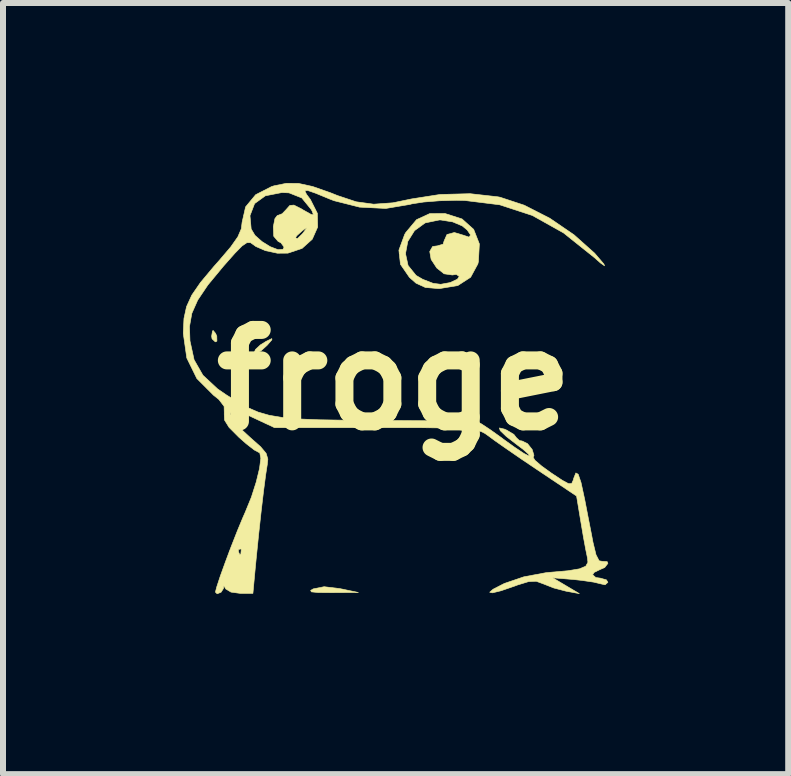
<source format=kicad_pcb>
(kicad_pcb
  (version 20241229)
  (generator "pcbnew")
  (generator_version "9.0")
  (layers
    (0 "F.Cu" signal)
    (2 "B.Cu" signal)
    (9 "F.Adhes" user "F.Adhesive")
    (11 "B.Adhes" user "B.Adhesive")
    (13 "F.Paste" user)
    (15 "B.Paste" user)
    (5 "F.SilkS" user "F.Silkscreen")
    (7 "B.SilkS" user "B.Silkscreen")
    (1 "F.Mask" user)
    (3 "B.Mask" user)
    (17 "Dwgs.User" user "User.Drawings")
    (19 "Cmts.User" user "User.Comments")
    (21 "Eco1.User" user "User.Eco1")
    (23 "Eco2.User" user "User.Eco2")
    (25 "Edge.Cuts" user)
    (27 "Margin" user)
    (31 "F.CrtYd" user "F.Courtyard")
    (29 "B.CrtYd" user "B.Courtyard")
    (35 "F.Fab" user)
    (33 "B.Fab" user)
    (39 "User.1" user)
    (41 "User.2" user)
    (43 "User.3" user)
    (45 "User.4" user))
  (footprint "froge"
    (layer "F.Cu")
    (at 3.525 3.283)
    (property "Reference" "froge" (at 0 0 0) (layer "F.SilkS") (effects (font (size 1.524 1.524) (thickness 0.3))))
    (attr through_hole)
    (fp_poly (pts (xy -2.982 -0.776) (xy -2.962 -0.73) (xy -2.96 -0.648) (xy -2.986 -0.635) (xy -3.041 -0.686) (xy -3.048 -0.73) (xy -3.034 -0.815) (xy -3.023 -0.826) (xy -2.982 -0.776)) (stroke (width 0.01) (type solid)) (fill yes) (layer "F.SilkS"))
    (fp_poly (pts (xy -0.909 3.477) (xy -0.603 3.541) (xy -1.048 3.544) (xy -1.273 3.542) (xy -1.385 3.531) (xy -1.398 3.507) (xy -1.354 3.481) (xy -1.173 3.445) (xy -0.909 3.477)) (stroke (width 0.01) (type solid)) (fill yes) (layer "F.SilkS"))
    (fp_poly (pts (xy -2.044 -0.67) (xy -2.121 -0.581) (xy -2.222 -0.489) (xy -2.304 -0.445) (xy -2.337 -0.46) (xy -2.318 -0.508) (xy -2.235 -0.585) (xy -2.14 -0.644) (xy -2.045 -0.69) (xy -2.044 -0.67)) (stroke (width 0.01) (type solid)) (fill yes) (layer "F.SilkS"))
    (fp_poly (pts (xy 1.125 -2.684) (xy 1.319 -2.51) (xy 1.414 -2.268) (xy 1.398 -1.974) (xy 1.389 -1.935) (xy 1.268 -1.712) (xy 1.055 -1.574) (xy 0.752 -1.524) (xy 0.728 -1.524) (xy 0.514 -1.542) (xy 0.358 -1.614) (xy 0.249 -1.71) (xy 0.099 -1.928) (xy 0.079 -2.106) (xy 0.183 -2.106) (xy 0.226 -1.908) (xy 0.359 -1.743) (xy 0.47 -1.678) (xy 0.643 -1.611) (xy 0.77 -1.595) (xy 0.918 -1.622) (xy 0.937 -1.628) (xy 1.048 -1.68) (xy 1.079 -1.726) (xy 1.03 -1.76) (xy 0.964 -1.75) (xy 0.826 -1.77) (xy 0.704 -1.867) (xy 0.61 -2.01) (xy 0.587 -2.141) (xy 0.635 -2.225) (xy 0.717 -2.236) (xy 0.81 -2.264) (xy 0.826 -2.317) (xy 0.874 -2.425) (xy 0.997 -2.458) (xy 1.138 -2.416) (xy 1.243 -2.381) (xy 1.267 -2.418) (xy 1.211 -2.5) (xy 1.129 -2.568) (xy 0.97 -2.635) (xy 0.769 -2.667) (xy 0.745 -2.667) (xy 0.51 -2.618) (xy 0.333 -2.489) (xy 0.221 -2.309) (xy 0.183 -2.106) (xy 0.079 -2.106) (xy 0.073 -2.164) (xy 0.169 -2.426) (xy 0.187 -2.457) (xy 0.367 -2.672) (xy 0.586 -2.773) (xy 0.841 -2.775) (xy 1.125 -2.684)) (stroke (width 0.01) (type solid)) (fill yes) (layer "F.SilkS"))
    (fp_poly (pts (xy -1.599 -3.276) (xy -1.365 -3.225) (xy -1.066 -3.12) (xy -0.951 -3.074) (xy -0.639 -2.97) (xy -0.347 -2.93) (xy -0.028 -2.953) (xy 0.286 -3.018) (xy 0.759 -3.092) (xy 1.26 -3.105) (xy 1.723 -3.053) (xy 1.759 -3.046) (xy 2.162 -2.913) (xy 2.587 -2.696) (xy 2.991 -2.42) (xy 3.335 -2.113) (xy 3.489 -1.933) (xy 3.5 -1.903) (xy 3.433 -1.95) (xy 3.331 -2.04) (xy 2.817 -2.451) (xy 2.297 -2.742) (xy 1.753 -2.92) (xy 1.17 -2.992) (xy 1.032 -2.995) (xy 0.748 -2.987) (xy 0.485 -2.966) (xy 0.291 -2.936) (xy 0.254 -2.926) (xy -0.146 -2.859) (xy -0.583 -2.881) (xy -1.007 -2.988) (xy -1.08 -3.016) (xy -1.315 -3.113) (xy -1.448 -3.159) (xy -1.494 -3.154) (xy -1.468 -3.096) (xy -1.402 -3.008) (xy -1.286 -2.778) (xy -1.281 -2.549) (xy -1.371 -2.346) (xy -1.541 -2.193) (xy -1.777 -2.114) (xy -1.952 -2.113) (xy -2.152 -2.156) (xy -2.311 -2.225) (xy -2.342 -2.248) (xy -2.4 -2.289) (xy -2.46 -2.289) (xy -2.541 -2.234) (xy -2.663 -2.11) (xy -2.846 -1.903) (xy -2.857 -1.89) (xy -3.111 -1.583) (xy -3.28 -1.332) (xy -3.378 -1.111) (xy -3.417 -0.891) (xy -3.409 -0.652) (xy -3.34 -0.336) (xy -3.193 -0.079) (xy -2.948 0.149) (xy -2.808 0.245) (xy -2.614 0.367) (xy -2.442 0.462) (xy -2.273 0.535) (xy -2.089 0.588) (xy -1.871 0.625) (xy -1.6 0.649) (xy -1.257 0.663) (xy -0.824 0.67) (xy -0.318 0.673) (xy 0.125 0.676) (xy 0.527 0.679) (xy 0.87 0.682) (xy 1.136 0.685) (xy 1.308 0.688) (xy 1.366 0.69) (xy 1.446 0.73) (xy 1.595 0.828) (xy 1.784 0.963) (xy 1.811 0.984) (xy 2.002 1.121) (xy 2.155 1.223) (xy 2.243 1.268) (xy 2.248 1.269) (xy 2.235 1.237) (xy 2.141 1.154) (xy 2.048 1.084) (xy 1.863 0.941) (xy 1.761 0.843) (xy 1.748 0.799) (xy 1.83 0.818) (xy 1.869 0.835) (xy 1.988 0.906) (xy 2.032 0.963) (xy 2.083 1.01) (xy 2.125 1.016) (xy 2.216 1.06) (xy 2.294 1.158) (xy 2.324 1.256) (xy 2.31 1.288) (xy 2.34 1.338) (xy 2.453 1.435) (xy 2.614 1.551) (xy 2.797 1.672) (xy 2.901 1.728) (xy 2.953 1.725) (xy 2.979 1.668) (xy 2.987 1.637) (xy 3.022 1.549) (xy 3.061 1.571) (xy 3.108 1.708) (xy 3.164 1.966) (xy 3.168 1.984) (xy 3.223 2.269) (xy 3.283 2.575) (xy 3.307 2.703) (xy 3.358 2.913) (xy 3.41 3.013) (xy 3.466 3.023) (xy 3.544 3.027) (xy 3.556 3.056) (xy 3.503 3.125) (xy 3.429 3.157) (xy 3.326 3.207) (xy 3.302 3.246) (xy 3.355 3.292) (xy 3.429 3.302) (xy 3.532 3.331) (xy 3.556 3.372) (xy 3.509 3.413) (xy 3.445 3.399) (xy 3.321 3.369) (xy 3.123 3.34) (xy 2.985 3.325) (xy 2.635 3.296) (xy 2.857 3.428) (xy 3.08 3.56) (xy 2.857 3.519) (xy 2.654 3.466) (xy 2.476 3.396) (xy 2.476 3.396) (xy 2.361 3.354) (xy 2.234 3.36) (xy 2.051 3.416) (xy 2 3.435) (xy 1.773 3.513) (xy 1.632 3.547) (xy 1.586 3.537) (xy 1.643 3.487) (xy 1.812 3.4) (xy 1.83 3.391) (xy 2.156 3.28) (xy 2.521 3.212) (xy 2.592 3.205) (xy 2.891 3.179) (xy 3.083 3.147) (xy 3.187 3.103) (xy 3.223 3.038) (xy 3.215 2.963) (xy 3.188 2.832) (xy 3.149 2.622) (xy 3.108 2.38) (xy 3.034 1.934) (xy 2.39 1.503) (xy 2.121 1.322) (xy 1.874 1.152) (xy 1.678 1.015) (xy 1.567 0.933) (xy 1.508 0.891) (xy 1.445 0.859) (xy 1.359 0.835) (xy 1.236 0.817) (xy 1.06 0.806) (xy 0.815 0.799) (xy 0.485 0.795) (xy 0.054 0.794) (xy -0.307 0.794) (xy -2 0.794) (xy -2.365 0.623) (xy -2.563 0.533) (xy -2.673 0.496) (xy -2.72 0.509) (xy -2.73 0.567) (xy -2.731 0.569) (xy -2.684 0.668) (xy -2.564 0.812) (xy -2.407 0.957) (xy -2.232 1.112) (xy -2.14 1.222) (xy -2.111 1.318) (xy -2.121 1.411) (xy -2.147 1.578) (xy -2.182 1.845) (xy -2.222 2.184) (xy -2.264 2.569) (xy -2.305 2.973) (xy -2.32 3.127) (xy -2.36 3.556) (xy -2.572 3.556) (xy -2.725 3.535) (xy -2.813 3.482) (xy -2.815 3.477) (xy -2.844 3.43) (xy -2.852 3.477) (xy -2.891 3.537) (xy -2.956 3.563) (xy -2.985 3.535) (xy -2.962 3.446) (xy -2.904 3.269) (xy -2.819 3.034) (xy -2.753 2.857) (xy -2.603 2.857) (xy -2.58 2.91) (xy -2.561 2.9) (xy -2.554 2.824) (xy -2.561 2.815) (xy -2.599 2.824) (xy -2.603 2.857) (xy -2.753 2.857) (xy -2.721 2.773) (xy -2.62 2.516) (xy -2.527 2.292) (xy -2.489 2.206) (xy -2.386 1.954) (xy -2.305 1.701) (xy -2.25 1.475) (xy -2.228 1.304) (xy -2.246 1.214) (xy -2.263 1.206) (xy -2.336 1.167) (xy -2.469 1.064) (xy -2.595 0.953) (xy -2.758 0.789) (xy -2.833 0.668) (xy -2.838 0.56) (xy -2.837 0.556) (xy -2.84 0.439) (xy -2.927 0.325) (xy -3.016 0.254) (xy -3.294 -0.024) (xy -3.462 -0.367) (xy -3.52 -0.774) (xy -3.52 -0.794) (xy -3.509 -1.026) (xy -3.466 -1.223) (xy -3.379 -1.414) (xy -3.233 -1.626) (xy -3.013 -1.889) (xy -2.926 -1.987) (xy -2.73 -2.217) (xy -2.611 -2.386) (xy -2.553 -2.521) (xy -2.54 -2.63) (xy -2.515 -2.739) (xy -2.409 -2.739) (xy -2.389 -2.517) (xy -2.326 -2.411) (xy -2.209 -2.307) (xy -2.07 -2.221) (xy -1.942 -2.172) (xy -1.858 -2.178) (xy -1.841 -2.216) (xy -1.892 -2.285) (xy -1.941 -2.311) (xy -1.994 -2.373) (xy -1.651 -2.373) (xy -1.62 -2.354) (xy -1.536 -2.436) (xy -1.516 -2.461) (xy -1.461 -2.536) (xy -1.494 -2.52) (xy -1.54 -2.485) (xy -1.628 -2.406) (xy -1.651 -2.373) (xy -1.994 -2.373) (xy -2.013 -2.396) (xy -2.02 -2.555) (xy -1.993 -2.69) (xy -1.952 -2.743) (xy -1.947 -2.742) (xy -1.872 -2.771) (xy -1.809 -2.837) (xy -1.745 -2.909) (xy -1.677 -2.915) (xy -1.557 -2.855) (xy -1.523 -2.834) (xy -1.392 -2.761) (xy -1.35 -2.752) (xy -1.372 -2.811) (xy -1.387 -2.84) (xy -1.545 -3.034) (xy -1.759 -3.119) (xy -1.877 -3.124) (xy -2.152 -3.07) (xy -2.332 -2.94) (xy -2.409 -2.739) (xy -2.515 -2.739) (xy -2.482 -2.885) (xy -2.314 -3.088) (xy -2.048 -3.224) (xy -2.009 -3.236) (xy -1.802 -3.278) (xy -1.599 -3.276)) (stroke (width 0.01) (type solid)) (fill yes) (layer "F.SilkS")))
  (gr_rect
    (start -3 -3)
    (end 10.086 9.851)
    (stroke (width 0.1) (type default))
    (fill no)
    (layer "Edge.Cuts")))
</source>
